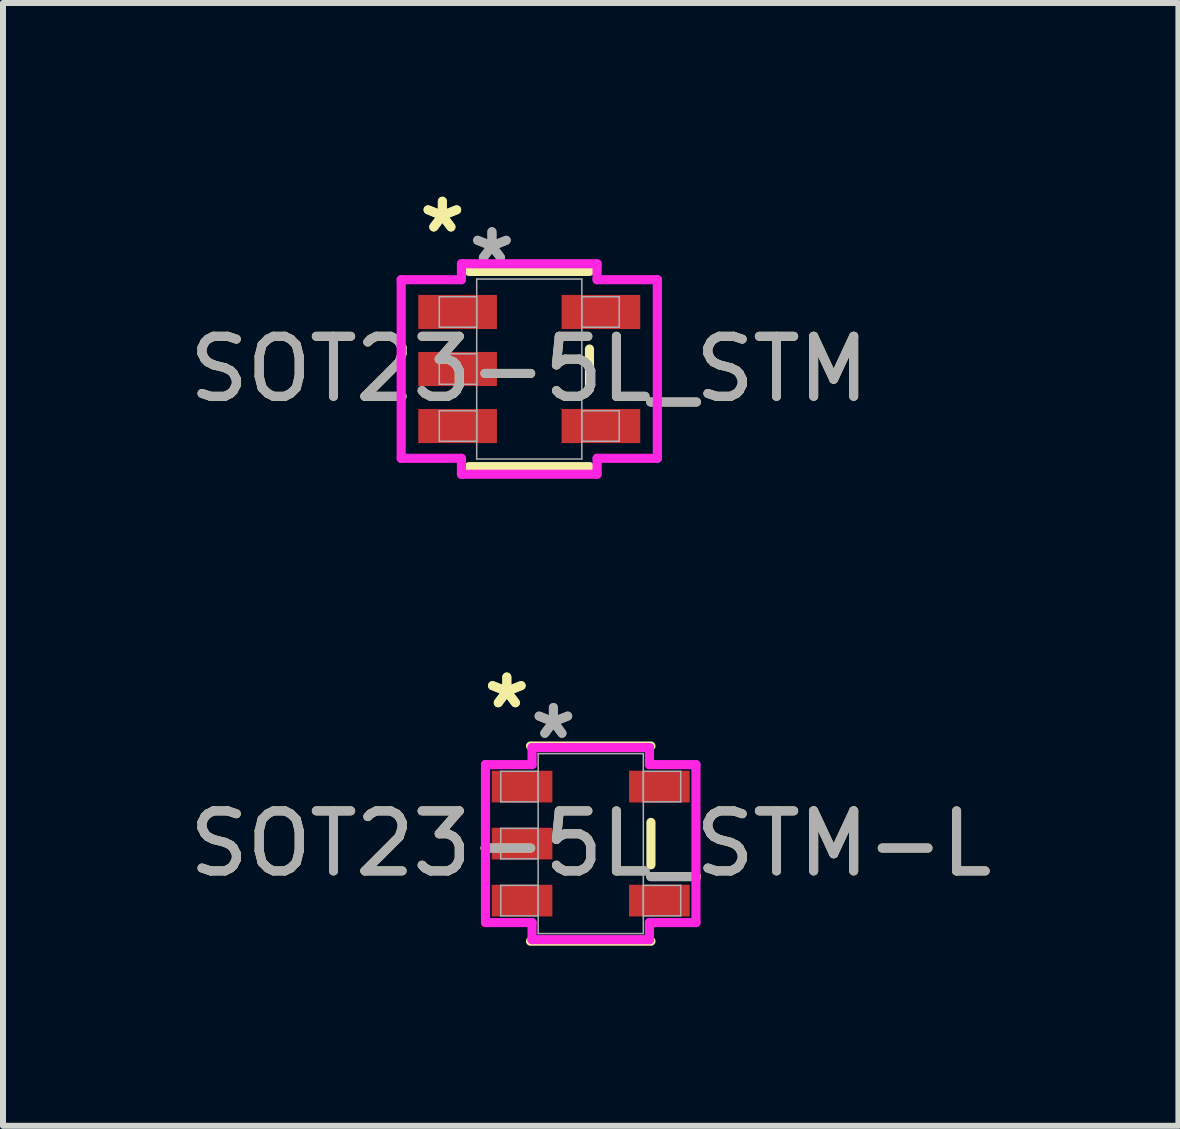
<source format=kicad_pcb>
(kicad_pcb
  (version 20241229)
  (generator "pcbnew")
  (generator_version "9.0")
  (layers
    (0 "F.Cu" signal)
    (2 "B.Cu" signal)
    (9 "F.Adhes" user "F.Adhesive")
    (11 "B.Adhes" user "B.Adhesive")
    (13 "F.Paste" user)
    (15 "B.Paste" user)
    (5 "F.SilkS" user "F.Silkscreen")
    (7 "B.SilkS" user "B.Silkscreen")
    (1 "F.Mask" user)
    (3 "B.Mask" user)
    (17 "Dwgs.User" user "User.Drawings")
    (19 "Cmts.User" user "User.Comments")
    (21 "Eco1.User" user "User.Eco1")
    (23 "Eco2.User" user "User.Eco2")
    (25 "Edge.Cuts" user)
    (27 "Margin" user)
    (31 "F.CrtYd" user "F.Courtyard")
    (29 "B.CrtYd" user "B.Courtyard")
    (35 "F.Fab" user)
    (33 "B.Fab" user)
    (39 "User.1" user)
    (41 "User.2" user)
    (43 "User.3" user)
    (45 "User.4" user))
  (footprint "SOT23-5L_STM-L"
    (layer "F.Cu")
    (at 6.792 11.005)
    (property "Reference" "SOT23-5L_STM-L" (at 0 0 0) (unlocked yes) (layer "F.SilkS") (effects (font (size 1 1) (thickness 0.15))))
    (attr smd)
    (fp_line (start -1.003 1.626) (end 1.003 1.626) (stroke (width 0.152) (type solid)) (layer "F.SilkS"))
    (fp_line (start 1.003 -1.626) (end -1.003 -1.626) (stroke (width 0.152) (type solid)) (layer "F.SilkS"))
    (fp_line (start 1.003 0.353) (end 1.003 -0.353) (stroke (width 0.152) (type solid)) (layer "F.SilkS"))
    (fp_line (start -1.753 -1.316) (end -0.978 -1.316) (stroke (width 0.152) (type solid)) (layer "F.CrtYd"))
    (fp_line (start -1.753 1.316) (end -1.753 -1.316) (stroke (width 0.152) (type solid)) (layer "F.CrtYd"))
    (fp_line (start -0.978 -1.6) (end 0.978 -1.6) (stroke (width 0.152) (type solid)) (layer "F.CrtYd"))
    (fp_line (start -0.978 -1.316) (end -0.978 -1.6) (stroke (width 0.152) (type solid)) (layer "F.CrtYd"))
    (fp_line (start -0.978 1.316) (end -1.753 1.316) (stroke (width 0.152) (type solid)) (layer "F.CrtYd"))
    (fp_line (start -0.978 1.6) (end -0.978 1.316) (stroke (width 0.152) (type solid)) (layer "F.CrtYd"))
    (fp_line (start 0.978 -1.6) (end 0.978 -1.316) (stroke (width 0.152) (type solid)) (layer "F.CrtYd"))
    (fp_line (start 0.978 -1.316) (end 1.753 -1.316) (stroke (width 0.152) (type solid)) (layer "F.CrtYd"))
    (fp_line (start 0.978 1.316) (end 0.978 1.6) (stroke (width 0.152) (type solid)) (layer "F.CrtYd"))
    (fp_line (start 0.978 1.6) (end -0.978 1.6) (stroke (width 0.152) (type solid)) (layer "F.CrtYd"))
    (fp_line (start 1.753 -1.316) (end 1.753 1.316) (stroke (width 0.152) (type solid)) (layer "F.CrtYd"))
    (fp_line (start 1.753 1.316) (end 0.978 1.316) (stroke (width 0.152) (type solid)) (layer "F.CrtYd"))
    (fp_line (start -1.499 -1.204) (end -1.499 -0.696) (stroke (width 0.025) (type solid)) (layer "F.Fab"))
    (fp_line (start -1.499 -0.696) (end -0.876 -0.696) (stroke (width 0.025) (type solid)) (layer "F.Fab"))
    (fp_line (start -1.499 -0.254) (end -1.499 0.254) (stroke (width 0.025) (type solid)) (layer "F.Fab"))
    (fp_line (start -1.499 0.254) (end -0.876 0.254) (stroke (width 0.025) (type solid)) (layer "F.Fab"))
    (fp_line (start -1.499 0.696) (end -1.499 1.204) (stroke (width 0.025) (type solid)) (layer "F.Fab"))
    (fp_line (start -1.499 1.204) (end -0.876 1.204) (stroke (width 0.025) (type solid)) (layer "F.Fab"))
    (fp_line (start -0.876 -1.499) (end -0.876 1.499) (stroke (width 0.025) (type solid)) (layer "F.Fab"))
    (fp_line (start -0.876 -1.204) (end -1.499 -1.204) (stroke (width 0.025) (type solid)) (layer "F.Fab"))
    (fp_line (start -0.876 -0.696) (end -0.876 -1.204) (stroke (width 0.025) (type solid)) (layer "F.Fab"))
    (fp_line (start -0.876 -0.254) (end -1.499 -0.254) (stroke (width 0.025) (type solid)) (layer "F.Fab"))
    (fp_line (start -0.876 0.254) (end -0.876 -0.254) (stroke (width 0.025) (type solid)) (layer "F.Fab"))
    (fp_line (start -0.876 0.696) (end -1.499 0.696) (stroke (width 0.025) (type solid)) (layer "F.Fab"))
    (fp_line (start -0.876 1.204) (end -0.876 0.696) (stroke (width 0.025) (type solid)) (layer "F.Fab"))
    (fp_line (start -0.876 1.499) (end 0.876 1.499) (stroke (width 0.025) (type solid)) (layer "F.Fab"))
    (fp_line (start 0.876 -1.499) (end -0.876 -1.499) (stroke (width 0.025) (type solid)) (layer "F.Fab"))
    (fp_line (start 0.876 -1.204) (end 0.876 -0.696) (stroke (width 0.025) (type solid)) (layer "F.Fab"))
    (fp_line (start 0.876 -0.696) (end 1.499 -0.696) (stroke (width 0.025) (type solid)) (layer "F.Fab"))
    (fp_line (start 0.876 0.696) (end 0.876 1.204) (stroke (width 0.025) (type solid)) (layer "F.Fab"))
    (fp_line (start 0.876 1.204) (end 1.499 1.204) (stroke (width 0.025) (type solid)) (layer "F.Fab"))
    (fp_line (start 0.876 1.499) (end 0.876 -1.499) (stroke (width 0.025) (type solid)) (layer "F.Fab"))
    (fp_line (start 1.499 -1.204) (end 0.876 -1.204) (stroke (width 0.025) (type solid)) (layer "F.Fab"))
    (fp_line (start 1.499 -0.696) (end 1.499 -1.204) (stroke (width 0.025) (type solid)) (layer "F.Fab"))
    (fp_line (start 1.499 0.696) (end 0.876 0.696) (stroke (width 0.025) (type solid)) (layer "F.Fab"))
    (fp_line (start 1.499 1.204) (end 1.499 0.696) (stroke (width 0.025) (type solid)) (layer "F.Fab"))
    (fp_text user "*" (at -1.398 -2.23 0) (unlocked yes) (layer "F.SilkS") (effects (font (size 1 1) (thickness 0.15))))
    (fp_text user "*" (at -1.398 -2.23 0) (layer "F.SilkS") (effects (font (size 1 1) (thickness 0.15))))
    (fp_text user "${REFERENCE}" (at 0 0 0) (unlocked yes) (layer "F.Fab") (effects (font (size 1 1) (thickness 0.15))))
    (fp_text user "*" (at -0.622 -1.722 0) (layer "F.Fab") (effects (font (size 1 1) (thickness 0.15))))
    (fp_text user "*" (at -0.622 -1.722 0) (unlocked yes) (layer "F.Fab") (effects (font (size 1 1) (thickness 0.15))))
    (pad "1" smd rect (at -1.144 -0.95) (size 1.01 0.528) (layers "F.Cu" "F.Mask" "F.Paste"))
    (pad "2" smd rect (at -1.144 0) (size 1.01 0.528) (layers "F.Cu" "F.Mask" "F.Paste"))
    (pad "3" smd rect (at -1.144 0.95) (size 1.01 0.528) (layers "F.Cu" "F.Mask" "F.Paste"))
    (pad "4" smd rect (at 1.144 0.95) (size 1.01 0.528) (layers "F.Cu" "F.Mask" "F.Paste"))
    (pad "5" smd rect (at 1.144 -0.95) (size 1.01 0.528) (layers "F.Cu" "F.Mask" "F.Paste")))
  (footprint "SOT23-5L_STM"
    (layer "F.Cu")
    (at 5.768 3.098)
    (property "Reference" "SOT23-5L_STM" (at 0 0 0) (unlocked yes) (layer "F.SilkS") (effects (font (size 1 1) (thickness 0.15))))
    (attr smd)
    (fp_line (start -1.003 1.626) (end 1.003 1.626) (stroke (width 0.152) (type solid)) (layer "F.SilkS"))
    (fp_line (start 1.003 -1.626) (end -1.003 -1.626) (stroke (width 0.152) (type solid)) (layer "F.SilkS"))
    (fp_line (start 1.003 0.333) (end 1.003 -0.333) (stroke (width 0.152) (type solid)) (layer "F.SilkS"))
    (fp_line (start -2.134 -1.488) (end -1.13 -1.488) (stroke (width 0.152) (type solid)) (layer "F.CrtYd"))
    (fp_line (start -2.134 1.488) (end -2.134 -1.488) (stroke (width 0.152) (type solid)) (layer "F.CrtYd"))
    (fp_line (start -1.13 -1.753) (end 1.13 -1.753) (stroke (width 0.152) (type solid)) (layer "F.CrtYd"))
    (fp_line (start -1.13 -1.488) (end -1.13 -1.753) (stroke (width 0.152) (type solid)) (layer "F.CrtYd"))
    (fp_line (start -1.13 1.488) (end -2.134 1.488) (stroke (width 0.152) (type solid)) (layer "F.CrtYd"))
    (fp_line (start -1.13 1.753) (end -1.13 1.488) (stroke (width 0.152) (type solid)) (layer "F.CrtYd"))
    (fp_line (start 1.13 -1.753) (end 1.13 -1.488) (stroke (width 0.152) (type solid)) (layer "F.CrtYd"))
    (fp_line (start 1.13 -1.488) (end 2.134 -1.488) (stroke (width 0.152) (type solid)) (layer "F.CrtYd"))
    (fp_line (start 1.13 1.488) (end 1.13 1.753) (stroke (width 0.152) (type solid)) (layer "F.CrtYd"))
    (fp_line (start 1.13 1.753) (end -1.13 1.753) (stroke (width 0.152) (type solid)) (layer "F.CrtYd"))
    (fp_line (start 2.134 -1.488) (end 2.134 1.488) (stroke (width 0.152) (type solid)) (layer "F.CrtYd"))
    (fp_line (start 2.134 1.488) (end 1.13 1.488) (stroke (width 0.152) (type solid)) (layer "F.CrtYd"))
    (fp_line (start -1.499 -1.204) (end -1.499 -0.696) (stroke (width 0.025) (type solid)) (layer "F.Fab"))
    (fp_line (start -1.499 -0.696) (end -0.876 -0.696) (stroke (width 0.025) (type solid)) (layer "F.Fab"))
    (fp_line (start -1.499 -0.254) (end -1.499 0.254) (stroke (width 0.025) (type solid)) (layer "F.Fab"))
    (fp_line (start -1.499 0.254) (end -0.876 0.254) (stroke (width 0.025) (type solid)) (layer "F.Fab"))
    (fp_line (start -1.499 0.696) (end -1.499 1.204) (stroke (width 0.025) (type solid)) (layer "F.Fab"))
    (fp_line (start -1.499 1.204) (end -0.876 1.204) (stroke (width 0.025) (type solid)) (layer "F.Fab"))
    (fp_line (start -0.876 -1.499) (end -0.876 1.499) (stroke (width 0.025) (type solid)) (layer "F.Fab"))
    (fp_line (start -0.876 -1.204) (end -1.499 -1.204) (stroke (width 0.025) (type solid)) (layer "F.Fab"))
    (fp_line (start -0.876 -0.696) (end -0.876 -1.204) (stroke (width 0.025) (type solid)) (layer "F.Fab"))
    (fp_line (start -0.876 -0.254) (end -1.499 -0.254) (stroke (width 0.025) (type solid)) (layer "F.Fab"))
    (fp_line (start -0.876 0.254) (end -0.876 -0.254) (stroke (width 0.025) (type solid)) (layer "F.Fab"))
    (fp_line (start -0.876 0.696) (end -1.499 0.696) (stroke (width 0.025) (type solid)) (layer "F.Fab"))
    (fp_line (start -0.876 1.204) (end -0.876 0.696) (stroke (width 0.025) (type solid)) (layer "F.Fab"))
    (fp_line (start -0.876 1.499) (end 0.876 1.499) (stroke (width 0.025) (type solid)) (layer "F.Fab"))
    (fp_line (start 0.876 -1.499) (end -0.876 -1.499) (stroke (width 0.025) (type solid)) (layer "F.Fab"))
    (fp_line (start 0.876 -1.204) (end 0.876 -0.696) (stroke (width 0.025) (type solid)) (layer "F.Fab"))
    (fp_line (start 0.876 -0.696) (end 1.499 -0.696) (stroke (width 0.025) (type solid)) (layer "F.Fab"))
    (fp_line (start 0.876 0.696) (end 0.876 1.204) (stroke (width 0.025) (type solid)) (layer "F.Fab"))
    (fp_line (start 0.876 1.204) (end 1.499 1.204) (stroke (width 0.025) (type solid)) (layer "F.Fab"))
    (fp_line (start 0.876 1.499) (end 0.876 -1.499) (stroke (width 0.025) (type solid)) (layer "F.Fab"))
    (fp_line (start 1.499 -1.204) (end 0.876 -1.204) (stroke (width 0.025) (type solid)) (layer "F.Fab"))
    (fp_line (start 1.499 -0.696) (end 1.499 -1.204) (stroke (width 0.025) (type solid)) (layer "F.Fab"))
    (fp_line (start 1.499 0.696) (end 0.876 0.696) (stroke (width 0.025) (type solid)) (layer "F.Fab"))
    (fp_line (start 1.499 1.204) (end 1.499 0.696) (stroke (width 0.025) (type solid)) (layer "F.Fab"))
    (fp_text user "*" (at -1.448 -2.25 0) (layer "F.SilkS") (effects (font (size 1 1) (thickness 0.15))))
    (fp_text user "*" (at -1.448 -2.25 0) (unlocked yes) (layer "F.SilkS") (effects (font (size 1 1) (thickness 0.15))))
    (fp_text user "${REFERENCE}" (at 0 0 0) (unlocked yes) (layer "F.Fab") (effects (font (size 1 1) (thickness 0.15))))
    (fp_text user "*" (at -0.622 -1.742 0) (layer "F.Fab") (effects (font (size 1 1) (thickness 0.15))))
    (fp_text user "*" (at -0.622 -1.742 0) (unlocked yes) (layer "F.Fab") (effects (font (size 1 1) (thickness 0.15))))
    (pad "1" smd rect (at -1.194 -0.95) (size 1.31 0.568) (layers "F.Cu" "F.Mask" "F.Paste"))
    (pad "2" smd rect (at -1.194 0) (size 1.31 0.568) (layers "F.Cu" "F.Mask" "F.Paste"))
    (pad "3" smd rect (at -1.194 0.95) (size 1.31 0.568) (layers "F.Cu" "F.Mask" "F.Paste"))
    (pad "4" smd rect (at 1.194 0.95) (size 1.31 0.568) (layers "F.Cu" "F.Mask" "F.Paste"))
    (pad "5" smd rect (at 1.194 -0.95) (size 1.31 0.568) (layers "F.Cu" "F.Mask" "F.Paste")))
  (gr_rect
    (start -3 -3)
    (end 16.583 15.707)
    (stroke (width 0.1) (type default))
    (fill no)
    (layer "Edge.Cuts")))
</source>
